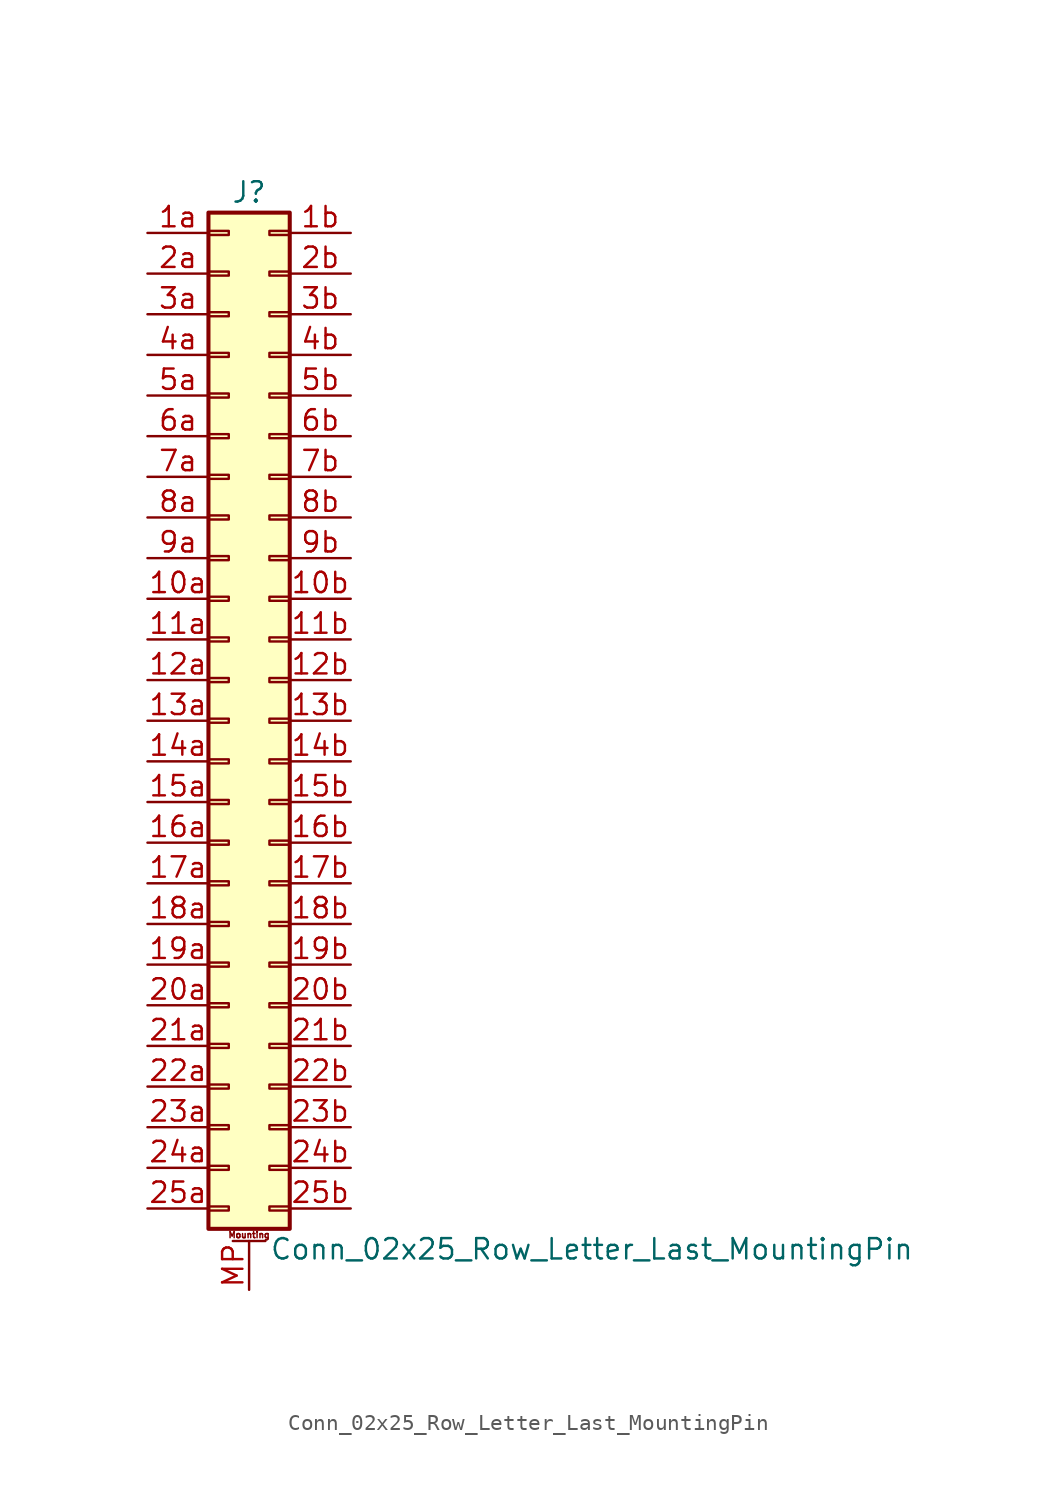
<source format=kicad_sym>
(kicad_symbol_lib
  (version 20211014)
  (generator kicad_symbol_editor)
  (symbol "Conn_02x25_Row_Letter_Last_MountingPin"
    (pin_names
      (offset 1.016) hide)
    (property "Reference" "J"
      (at 1.27 33.02 0)
      (effects (font (size 1.27 1.27))))
    (property "Value" "Conn_02x25_Row_Letter_Last_MountingPin"
      (at 2.54 -33.02 0)
      (effects (font (size 1.27 1.27)) (justify left)))
    (symbol "Conn_02x25_Row_Letter_Last_MountingPin_1_1"
      (rectangle (start -1.27 -30.353) (end 0 -30.607) (stroke (width 0.152) (type default) (color 0 0 0 0)) (fill (type none)))
      (rectangle (start -1.27 -27.813) (end 0 -28.067) (stroke (width 0.152) (type default) (color 0 0 0 0)) (fill (type none)))
      (rectangle (start -1.27 -25.273) (end 0 -25.527) (stroke (width 0.152) (type default) (color 0 0 0 0)) (fill (type none)))
      (rectangle (start -1.27 -22.733) (end 0 -22.987) (stroke (width 0.152) (type default) (color 0 0 0 0)) (fill (type none)))
      (rectangle (start -1.27 -20.193) (end 0 -20.447) (stroke (width 0.152) (type default) (color 0 0 0 0)) (fill (type none)))
      (rectangle (start -1.27 -17.653) (end 0 -17.907) (stroke (width 0.152) (type default) (color 0 0 0 0)) (fill (type none)))
      (rectangle (start -1.27 -15.113) (end 0 -15.367) (stroke (width 0.152) (type default) (color 0 0 0 0)) (fill (type none)))
      (rectangle (start -1.27 -12.573) (end 0 -12.827) (stroke (width 0.152) (type default) (color 0 0 0 0)) (fill (type none)))
      (rectangle (start -1.27 -10.033) (end 0 -10.287) (stroke (width 0.152) (type default) (color 0 0 0 0)) (fill (type none)))
      (rectangle (start -1.27 -7.493) (end 0 -7.747) (stroke (width 0.152) (type default) (color 0 0 0 0)) (fill (type none)))
      (rectangle (start -1.27 -4.953) (end 0 -5.207) (stroke (width 0.152) (type default) (color 0 0 0 0)) (fill (type none)))
      (rectangle (start -1.27 -2.413) (end 0 -2.667) (stroke (width 0.152) (type default) (color 0 0 0 0)) (fill (type none)))
      (rectangle (start -1.27 0.127) (end 0 -0.127) (stroke (width 0.152) (type default) (color 0 0 0 0)) (fill (type none)))
      (rectangle (start -1.27 2.667) (end 0 2.413) (stroke (width 0.152) (type default) (color 0 0 0 0)) (fill (type none)))
      (rectangle (start -1.27 5.207) (end 0 4.953) (stroke (width 0.152) (type default) (color 0 0 0 0)) (fill (type none)))
      (rectangle (start -1.27 7.747) (end 0 7.493) (stroke (width 0.152) (type default) (color 0 0 0 0)) (fill (type none)))
      (rectangle (start -1.27 10.287) (end 0 10.033) (stroke (width 0.152) (type default) (color 0 0 0 0)) (fill (type none)))
      (rectangle (start -1.27 12.827) (end 0 12.573) (stroke (width 0.152) (type default) (color 0 0 0 0)) (fill (type none)))
      (rectangle (start -1.27 15.367) (end 0 15.113) (stroke (width 0.152) (type default) (color 0 0 0 0)) (fill (type none)))
      (rectangle (start -1.27 17.907) (end 0 17.653) (stroke (width 0.152) (type default) (color 0 0 0 0)) (fill (type none)))
      (rectangle (start -1.27 20.447) (end 0 20.193) (stroke (width 0.152) (type default) (color 0 0 0 0)) (fill (type none)))
      (rectangle (start -1.27 22.987) (end 0 22.733) (stroke (width 0.152) (type default) (color 0 0 0 0)) (fill (type none)))
      (rectangle (start -1.27 25.527) (end 0 25.273) (stroke (width 0.152) (type default) (color 0 0 0 0)) (fill (type none)))
      (rectangle (start -1.27 28.067) (end 0 27.813) (stroke (width 0.152) (type default) (color 0 0 0 0)) (fill (type none)))
      (rectangle (start -1.27 30.607) (end 0 30.353) (stroke (width 0.152) (type default) (color 0 0 0 0)) (fill (type none)))
      (rectangle (start -1.27 31.75) (end 3.81 -31.75) (stroke (width 0.254) (type default) (color 0 0 0 0)) (fill (type background)))
      (polyline (pts (xy 0.254 -32.512) (xy 2.286 -32.512)) (stroke (width 0.152) (type default) (color 0 0 0 0)) (fill (type none)))
      (rectangle (start 3.81 -30.353) (end 2.54 -30.607) (stroke (width 0.152) (type default) (color 0 0 0 0)) (fill (type none)))
      (rectangle (start 3.81 -27.813) (end 2.54 -28.067) (stroke (width 0.152) (type default) (color 0 0 0 0)) (fill (type none)))
      (rectangle (start 3.81 -25.273) (end 2.54 -25.527) (stroke (width 0.152) (type default) (color 0 0 0 0)) (fill (type none)))
      (rectangle (start 3.81 -22.733) (end 2.54 -22.987) (stroke (width 0.152) (type default) (color 0 0 0 0)) (fill (type none)))
      (rectangle (start 3.81 -20.193) (end 2.54 -20.447) (stroke (width 0.152) (type default) (color 0 0 0 0)) (fill (type none)))
      (rectangle (start 3.81 -17.653) (end 2.54 -17.907) (stroke (width 0.152) (type default) (color 0 0 0 0)) (fill (type none)))
      (rectangle (start 3.81 -15.113) (end 2.54 -15.367) (stroke (width 0.152) (type default) (color 0 0 0 0)) (fill (type none)))
      (rectangle (start 3.81 -12.573) (end 2.54 -12.827) (stroke (width 0.152) (type default) (color 0 0 0 0)) (fill (type none)))
      (rectangle (start 3.81 -10.033) (end 2.54 -10.287) (stroke (width 0.152) (type default) (color 0 0 0 0)) (fill (type none)))
      (rectangle (start 3.81 -7.493) (end 2.54 -7.747) (stroke (width 0.152) (type default) (color 0 0 0 0)) (fill (type none)))
      (rectangle (start 3.81 -4.953) (end 2.54 -5.207) (stroke (width 0.152) (type default) (color 0 0 0 0)) (fill (type none)))
      (rectangle (start 3.81 -2.413) (end 2.54 -2.667) (stroke (width 0.152) (type default) (color 0 0 0 0)) (fill (type none)))
      (rectangle (start 3.81 0.127) (end 2.54 -0.127) (stroke (width 0.152) (type default) (color 0 0 0 0)) (fill (type none)))
      (rectangle (start 3.81 2.667) (end 2.54 2.413) (stroke (width 0.152) (type default) (color 0 0 0 0)) (fill (type none)))
      (rectangle (start 3.81 5.207) (end 2.54 4.953) (stroke (width 0.152) (type default) (color 0 0 0 0)) (fill (type none)))
      (rectangle (start 3.81 7.747) (end 2.54 7.493) (stroke (width 0.152) (type default) (color 0 0 0 0)) (fill (type none)))
      (rectangle (start 3.81 10.287) (end 2.54 10.033) (stroke (width 0.152) (type default) (color 0 0 0 0)) (fill (type none)))
      (rectangle (start 3.81 12.827) (end 2.54 12.573) (stroke (width 0.152) (type default) (color 0 0 0 0)) (fill (type none)))
      (rectangle (start 3.81 15.367) (end 2.54 15.113) (stroke (width 0.152) (type default) (color 0 0 0 0)) (fill (type none)))
      (rectangle (start 3.81 17.907) (end 2.54 17.653) (stroke (width 0.152) (type default) (color 0 0 0 0)) (fill (type none)))
      (rectangle (start 3.81 20.447) (end 2.54 20.193) (stroke (width 0.152) (type default) (color 0 0 0 0)) (fill (type none)))
      (rectangle (start 3.81 22.987) (end 2.54 22.733) (stroke (width 0.152) (type default) (color 0 0 0 0)) (fill (type none)))
      (rectangle (start 3.81 25.527) (end 2.54 25.273) (stroke (width 0.152) (type default) (color 0 0 0 0)) (fill (type none)))
      (rectangle (start 3.81 28.067) (end 2.54 27.813) (stroke (width 0.152) (type default) (color 0 0 0 0)) (fill (type none)))
      (rectangle (start 3.81 30.607) (end 2.54 30.353) (stroke (width 0.152) (type default) (color 0 0 0 0)) (fill (type none)))
      (text "Mounting" (at 1.27 -32.131 0) (effects (font (size 0.381 0.381))))
      (pin passive line (at -5.08 7.62 0) (length 3.81) (name "Pin_10a" (effects (font (size 1.27 1.27)))) (number "10a" (effects (font (size 1.27 1.27)))))
      (pin passive line (at 7.62 7.62 180) (length 3.81) (name "Pin_10b" (effects (font (size 1.27 1.27)))) (number "10b" (effects (font (size 1.27 1.27)))))
      (pin passive line (at -5.08 5.08 0) (length 3.81) (name "Pin_11a" (effects (font (size 1.27 1.27)))) (number "11a" (effects (font (size 1.27 1.27)))))
      (pin passive line (at 7.62 5.08 180) (length 3.81) (name "Pin_11b" (effects (font (size 1.27 1.27)))) (number "11b" (effects (font (size 1.27 1.27)))))
      (pin passive line (at -5.08 2.54 0) (length 3.81) (name "Pin_12a" (effects (font (size 1.27 1.27)))) (number "12a" (effects (font (size 1.27 1.27)))))
      (pin passive line (at 7.62 2.54 180) (length 3.81) (name "Pin_12b" (effects (font (size 1.27 1.27)))) (number "12b" (effects (font (size 1.27 1.27)))))
      (pin passive line (at -5.08 0 0) (length 3.81) (name "Pin_13a" (effects (font (size 1.27 1.27)))) (number "13a" (effects (font (size 1.27 1.27)))))
      (pin passive line (at 7.62 0 180) (length 3.81) (name "Pin_13b" (effects (font (size 1.27 1.27)))) (number "13b" (effects (font (size 1.27 1.27)))))
      (pin passive line (at -5.08 -2.54 0) (length 3.81) (name "Pin_14a" (effects (font (size 1.27 1.27)))) (number "14a" (effects (font (size 1.27 1.27)))))
      (pin passive line (at 7.62 -2.54 180) (length 3.81) (name "Pin_14b" (effects (font (size 1.27 1.27)))) (number "14b" (effects (font (size 1.27 1.27)))))
      (pin passive line (at -5.08 -5.08 0) (length 3.81) (name "Pin_15a" (effects (font (size 1.27 1.27)))) (number "15a" (effects (font (size 1.27 1.27)))))
      (pin passive line (at 7.62 -5.08 180) (length 3.81) (name "Pin_15b" (effects (font (size 1.27 1.27)))) (number "15b" (effects (font (size 1.27 1.27)))))
      (pin passive line (at -5.08 -7.62 0) (length 3.81) (name "Pin_16a" (effects (font (size 1.27 1.27)))) (number "16a" (effects (font (size 1.27 1.27)))))
      (pin passive line (at 7.62 -7.62 180) (length 3.81) (name "Pin_16b" (effects (font (size 1.27 1.27)))) (number "16b" (effects (font (size 1.27 1.27)))))
      (pin passive line (at -5.08 -10.16 0) (length 3.81) (name "Pin_17a" (effects (font (size 1.27 1.27)))) (number "17a" (effects (font (size 1.27 1.27)))))
      (pin passive line (at 7.62 -10.16 180) (length 3.81) (name "Pin_17b" (effects (font (size 1.27 1.27)))) (number "17b" (effects (font (size 1.27 1.27)))))
      (pin passive line (at -5.08 -12.7 0) (length 3.81) (name "Pin_18a" (effects (font (size 1.27 1.27)))) (number "18a" (effects (font (size 1.27 1.27)))))
      (pin passive line (at 7.62 -12.7 180) (length 3.81) (name "Pin_18b" (effects (font (size 1.27 1.27)))) (number "18b" (effects (font (size 1.27 1.27)))))
      (pin passive line (at -5.08 -15.24 0) (length 3.81) (name "Pin_19a" (effects (font (size 1.27 1.27)))) (number "19a" (effects (font (size 1.27 1.27)))))
      (pin passive line (at 7.62 -15.24 180) (length 3.81) (name "Pin_19b" (effects (font (size 1.27 1.27)))) (number "19b" (effects (font (size 1.27 1.27)))))
      (pin passive line (at -5.08 30.48 0) (length 3.81) (name "Pin_1a" (effects (font (size 1.27 1.27)))) (number "1a" (effects (font (size 1.27 1.27)))))
      (pin passive line (at 7.62 30.48 180) (length 3.81) (name "Pin_1b" (effects (font (size 1.27 1.27)))) (number "1b" (effects (font (size 1.27 1.27)))))
      (pin passive line (at -5.08 -17.78 0) (length 3.81) (name "Pin_20a" (effects (font (size 1.27 1.27)))) (number "20a" (effects (font (size 1.27 1.27)))))
      (pin passive line (at 7.62 -17.78 180) (length 3.81) (name "Pin_20b" (effects (font (size 1.27 1.27)))) (number "20b" (effects (font (size 1.27 1.27)))))
      (pin passive line (at -5.08 -20.32 0) (length 3.81) (name "Pin_21a" (effects (font (size 1.27 1.27)))) (number "21a" (effects (font (size 1.27 1.27)))))
      (pin passive line (at 7.62 -20.32 180) (length 3.81) (name "Pin_21b" (effects (font (size 1.27 1.27)))) (number "21b" (effects (font (size 1.27 1.27)))))
      (pin passive line (at -5.08 -22.86 0) (length 3.81) (name "Pin_22a" (effects (font (size 1.27 1.27)))) (number "22a" (effects (font (size 1.27 1.27)))))
      (pin passive line (at 7.62 -22.86 180) (length 3.81) (name "Pin_22b" (effects (font (size 1.27 1.27)))) (number "22b" (effects (font (size 1.27 1.27)))))
      (pin passive line (at -5.08 -25.4 0) (length 3.81) (name "Pin_23a" (effects (font (size 1.27 1.27)))) (number "23a" (effects (font (size 1.27 1.27)))))
      (pin passive line (at 7.62 -25.4 180) (length 3.81) (name "Pin_23b" (effects (font (size 1.27 1.27)))) (number "23b" (effects (font (size 1.27 1.27)))))
      (pin passive line (at -5.08 -27.94 0) (length 3.81) (name "Pin_24a" (effects (font (size 1.27 1.27)))) (number "24a" (effects (font (size 1.27 1.27)))))
      (pin passive line (at 7.62 -27.94 180) (length 3.81) (name "Pin_24b" (effects (font (size 1.27 1.27)))) (number "24b" (effects (font (size 1.27 1.27)))))
      (pin passive line (at -5.08 -30.48 0) (length 3.81) (name "Pin_25a" (effects (font (size 1.27 1.27)))) (number "25a" (effects (font (size 1.27 1.27)))))
      (pin passive line (at 7.62 -30.48 180) (length 3.81) (name "Pin_25b" (effects (font (size 1.27 1.27)))) (number "25b" (effects (font (size 1.27 1.27)))))
      (pin passive line (at -5.08 27.94 0) (length 3.81) (name "Pin_2a" (effects (font (size 1.27 1.27)))) (number "2a" (effects (font (size 1.27 1.27)))))
      (pin passive line (at 7.62 27.94 180) (length 3.81) (name "Pin_2b" (effects (font (size 1.27 1.27)))) (number "2b" (effects (font (size 1.27 1.27)))))
      (pin passive line (at -5.08 25.4 0) (length 3.81) (name "Pin_3a" (effects (font (size 1.27 1.27)))) (number "3a" (effects (font (size 1.27 1.27)))))
      (pin passive line (at 7.62 25.4 180) (length 3.81) (name "Pin_3b" (effects (font (size 1.27 1.27)))) (number "3b" (effects (font (size 1.27 1.27)))))
      (pin passive line (at -5.08 22.86 0) (length 3.81) (name "Pin_4a" (effects (font (size 1.27 1.27)))) (number "4a" (effects (font (size 1.27 1.27)))))
      (pin passive line (at 7.62 22.86 180) (length 3.81) (name "Pin_4b" (effects (font (size 1.27 1.27)))) (number "4b" (effects (font (size 1.27 1.27)))))
      (pin passive line (at -5.08 20.32 0) (length 3.81) (name "Pin_5a" (effects (font (size 1.27 1.27)))) (number "5a" (effects (font (size 1.27 1.27)))))
      (pin passive line (at 7.62 20.32 180) (length 3.81) (name "Pin_5b" (effects (font (size 1.27 1.27)))) (number "5b" (effects (font (size 1.27 1.27)))))
      (pin passive line (at -5.08 17.78 0) (length 3.81) (name "Pin_6a" (effects (font (size 1.27 1.27)))) (number "6a" (effects (font (size 1.27 1.27)))))
      (pin passive line (at 7.62 17.78 180) (length 3.81) (name "Pin_6b" (effects (font (size 1.27 1.27)))) (number "6b" (effects (font (size 1.27 1.27)))))
      (pin passive line (at -5.08 15.24 0) (length 3.81) (name "Pin_7a" (effects (font (size 1.27 1.27)))) (number "7a" (effects (font (size 1.27 1.27)))))
      (pin passive line (at 7.62 15.24 180) (length 3.81) (name "Pin_7b" (effects (font (size 1.27 1.27)))) (number "7b" (effects (font (size 1.27 1.27)))))
      (pin passive line (at -5.08 12.7 0) (length 3.81) (name "Pin_8a" (effects (font (size 1.27 1.27)))) (number "8a" (effects (font (size 1.27 1.27)))))
      (pin passive line (at 7.62 12.7 180) (length 3.81) (name "Pin_8b" (effects (font (size 1.27 1.27)))) (number "8b" (effects (font (size 1.27 1.27)))))
      (pin passive line (at -5.08 10.16 0) (length 3.81) (name "Pin_9a" (effects (font (size 1.27 1.27)))) (number "9a" (effects (font (size 1.27 1.27)))))
      (pin passive line (at 7.62 10.16 180) (length 3.81) (name "Pin_9b" (effects (font (size 1.27 1.27)))) (number "9b" (effects (font (size 1.27 1.27)))))
      (pin passive line (at 1.27 -35.56 90) (length 3.048) (name "MountPin" (effects (font (size 1.27 1.27)))) (number "MP" (effects (font (size 1.27 1.27))))))))
</source>
